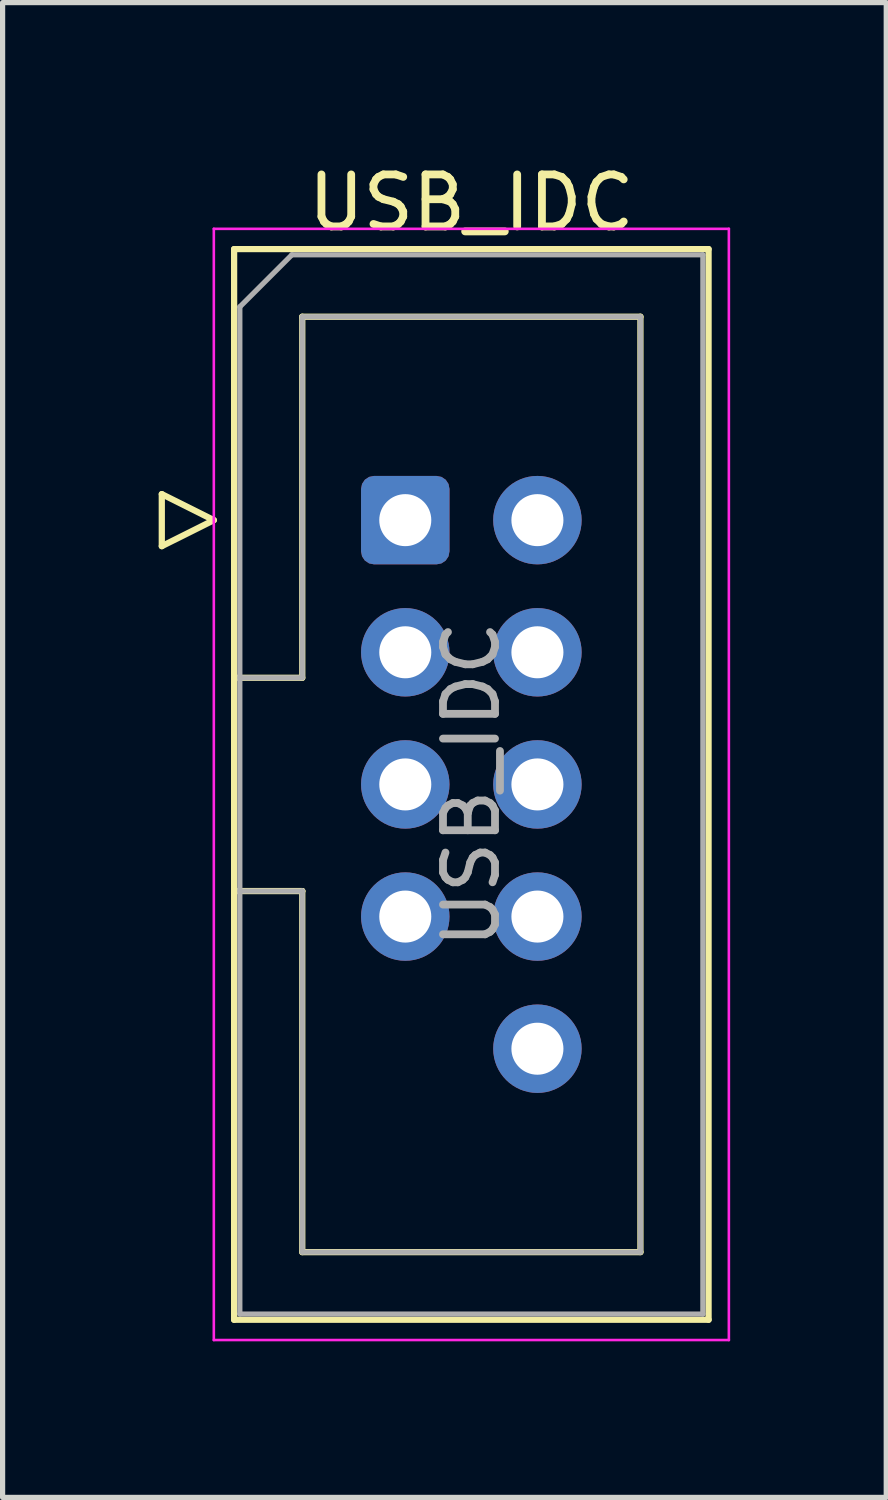
<source format=kicad_pcb>
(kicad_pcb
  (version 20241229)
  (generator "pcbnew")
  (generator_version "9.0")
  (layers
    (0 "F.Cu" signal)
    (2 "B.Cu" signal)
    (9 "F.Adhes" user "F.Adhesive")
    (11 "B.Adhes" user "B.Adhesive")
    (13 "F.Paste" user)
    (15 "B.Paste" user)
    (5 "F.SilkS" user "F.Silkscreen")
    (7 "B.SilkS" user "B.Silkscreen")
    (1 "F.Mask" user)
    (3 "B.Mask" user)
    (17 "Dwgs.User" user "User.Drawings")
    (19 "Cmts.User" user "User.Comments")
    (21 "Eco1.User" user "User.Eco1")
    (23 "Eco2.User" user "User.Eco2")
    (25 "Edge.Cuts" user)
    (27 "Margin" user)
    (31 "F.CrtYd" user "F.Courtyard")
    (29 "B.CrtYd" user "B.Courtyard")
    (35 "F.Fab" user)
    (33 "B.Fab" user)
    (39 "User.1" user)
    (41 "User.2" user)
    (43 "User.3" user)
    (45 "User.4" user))
  (footprint "USB_IDC"
    (layer "F.Cu")
    (at 4.74 6.948)
    (property "Reference" "USB_IDC" (at 1.27 -6.1 0) (layer "F.SilkS") (effects (font (size 1 1) (thickness 0.15))))
    (attr through_hole)
    (fp_line (start -4.68 -0.5) (end -4.68 0.5) (stroke (width 0.12) (type solid)) (layer "F.SilkS"))
    (fp_line (start -4.68 0.5) (end -3.68 0) (stroke (width 0.12) (type solid)) (layer "F.SilkS"))
    (fp_line (start -3.68 0) (end -4.68 -0.5) (stroke (width 0.12) (type solid)) (layer "F.SilkS"))
    (fp_line (start -3.29 -5.21) (end 5.83 -5.21) (stroke (width 0.12) (type solid)) (layer "F.SilkS"))
    (fp_line (start -3.29 3.03) (end -1.98 3.03) (stroke (width 0.12) (type solid)) (layer "F.SilkS"))
    (fp_line (start -3.29 15.37) (end -3.29 -5.21) (stroke (width 0.12) (type solid)) (layer "F.SilkS"))
    (fp_line (start -1.98 -3.91) (end 4.52 -3.91) (stroke (width 0.12) (type solid)) (layer "F.SilkS"))
    (fp_line (start -1.98 3.03) (end -1.98 -3.91) (stroke (width 0.12) (type solid)) (layer "F.SilkS"))
    (fp_line (start -1.98 7.13) (end -3.29 7.13) (stroke (width 0.12) (type solid)) (layer "F.SilkS"))
    (fp_line (start -1.98 7.13) (end -1.98 7.13) (stroke (width 0.12) (type solid)) (layer "F.SilkS"))
    (fp_line (start -1.98 14.07) (end -1.98 7.13) (stroke (width 0.12) (type solid)) (layer "F.SilkS"))
    (fp_line (start 4.52 -3.91) (end 4.52 14.07) (stroke (width 0.12) (type solid)) (layer "F.SilkS"))
    (fp_line (start 4.52 14.07) (end -1.98 14.07) (stroke (width 0.12) (type solid)) (layer "F.SilkS"))
    (fp_line (start 5.83 -5.21) (end 5.83 15.37) (stroke (width 0.12) (type solid)) (layer "F.SilkS"))
    (fp_line (start 5.83 15.37) (end -3.29 15.37) (stroke (width 0.12) (type solid)) (layer "F.SilkS"))
    (fp_line (start -3.68 -5.6) (end -3.68 15.76) (stroke (width 0.05) (type solid)) (layer "F.CrtYd"))
    (fp_line (start -3.68 15.76) (end 6.22 15.76) (stroke (width 0.05) (type solid)) (layer "F.CrtYd"))
    (fp_line (start 6.22 -5.6) (end -3.68 -5.6) (stroke (width 0.05) (type solid)) (layer "F.CrtYd"))
    (fp_line (start 6.22 15.76) (end 6.22 -5.6) (stroke (width 0.05) (type solid)) (layer "F.CrtYd"))
    (fp_line (start -3.18 -4.1) (end -2.18 -5.1) (stroke (width 0.1) (type solid)) (layer "F.Fab"))
    (fp_line (start -3.18 3.03) (end -1.98 3.03) (stroke (width 0.1) (type solid)) (layer "F.Fab"))
    (fp_line (start -3.18 15.26) (end -3.18 -4.1) (stroke (width 0.1) (type solid)) (layer "F.Fab"))
    (fp_line (start -2.18 -5.1) (end 5.72 -5.1) (stroke (width 0.1) (type solid)) (layer "F.Fab"))
    (fp_line (start -1.98 -3.91) (end 4.52 -3.91) (stroke (width 0.1) (type solid)) (layer "F.Fab"))
    (fp_line (start -1.98 3.03) (end -1.98 -3.91) (stroke (width 0.1) (type solid)) (layer "F.Fab"))
    (fp_line (start -1.98 7.13) (end -3.18 7.13) (stroke (width 0.1) (type solid)) (layer "F.Fab"))
    (fp_line (start -1.98 7.13) (end -1.98 7.13) (stroke (width 0.1) (type solid)) (layer "F.Fab"))
    (fp_line (start -1.98 14.07) (end -1.98 7.13) (stroke (width 0.1) (type solid)) (layer "F.Fab"))
    (fp_line (start 4.52 -3.91) (end 4.52 14.07) (stroke (width 0.1) (type solid)) (layer "F.Fab"))
    (fp_line (start 4.52 14.07) (end -1.98 14.07) (stroke (width 0.1) (type solid)) (layer "F.Fab"))
    (fp_line (start 5.72 -5.1) (end 5.72 15.26) (stroke (width 0.1) (type solid)) (layer "F.Fab"))
    (fp_line (start 5.72 15.26) (end -3.18 15.26) (stroke (width 0.1) (type solid)) (layer "F.Fab"))
    (fp_text user "${REFERENCE}" (at 1.27 5.08 90) (layer "F.Fab") (effects (font (size 1 1) (thickness 0.15))))
    (pad "1" thru_hole roundrect (at 0 0) (size 1.7 1.7) (drill 1) (layers "*.Cu" "*.Mask") (roundrect_rratio 0.147))
    (pad "2" thru_hole circle (at 2.54 0) (size 1.7 1.7) (drill 1) (layers "*.Cu" "*.Mask"))
    (pad "3" thru_hole circle (at 0 2.54) (size 1.7 1.7) (drill 1) (layers "*.Cu" "*.Mask"))
    (pad "4" thru_hole circle (at 2.54 2.54) (size 1.7 1.7) (drill 1) (layers "*.Cu" "*.Mask"))
    (pad "5" thru_hole circle (at 0 5.08) (size 1.7 1.7) (drill 1) (layers "*.Cu" "*.Mask"))
    (pad "6" thru_hole circle (at 2.54 5.08) (size 1.7 1.7) (drill 1) (layers "*.Cu" "*.Mask"))
    (pad "7" thru_hole circle (at 0 7.62) (size 1.7 1.7) (drill 1) (layers "*.Cu" "*.Mask"))
    (pad "8" thru_hole circle (at 2.54 7.62) (size 1.7 1.7) (drill 1) (layers "*.Cu" "*.Mask"))
    (pad "10" thru_hole circle (at 2.54 10.16) (size 1.7 1.7) (drill 1) (layers "*.Cu" "*.Mask")))
  (gr_rect
    (start -3 -3)
    (end 13.985 25.733)
    (stroke (width 0.1) (type default))
    (fill no)
    (layer "Edge.Cuts")))
</source>
